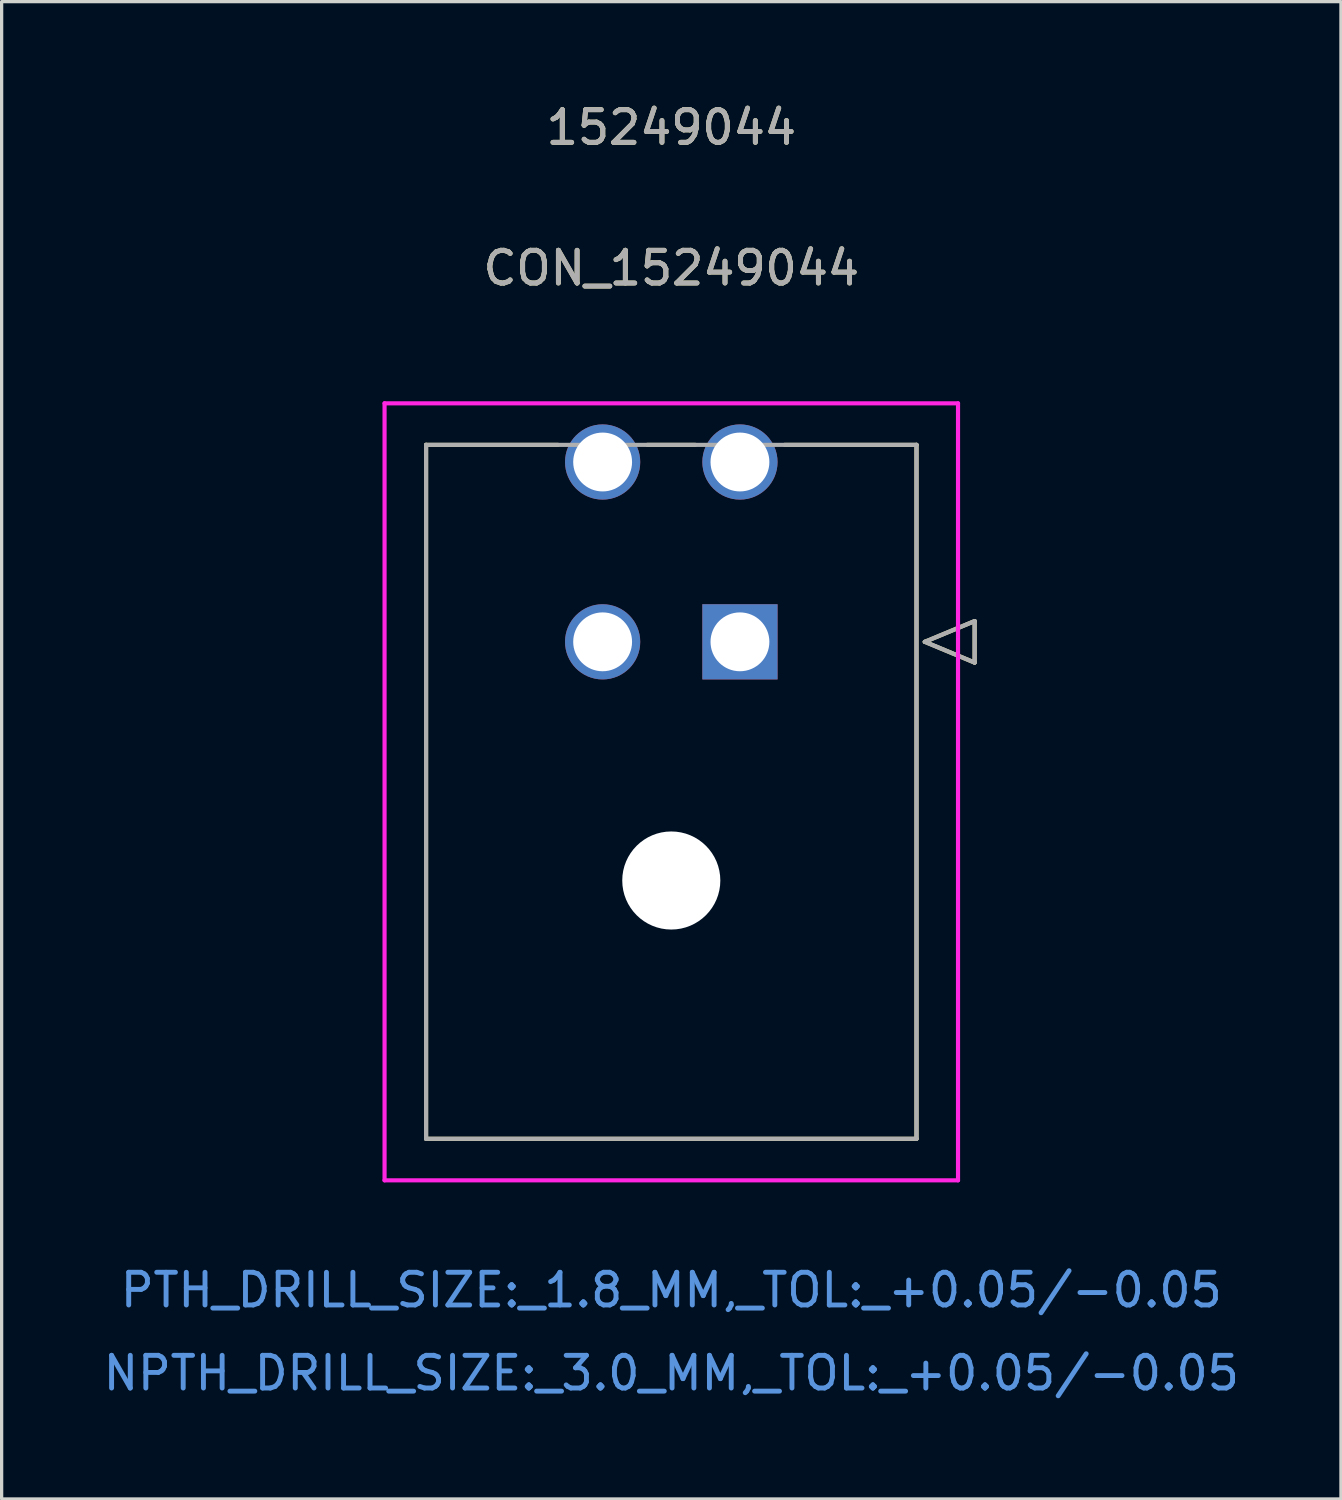
<source format=kicad_pcb>
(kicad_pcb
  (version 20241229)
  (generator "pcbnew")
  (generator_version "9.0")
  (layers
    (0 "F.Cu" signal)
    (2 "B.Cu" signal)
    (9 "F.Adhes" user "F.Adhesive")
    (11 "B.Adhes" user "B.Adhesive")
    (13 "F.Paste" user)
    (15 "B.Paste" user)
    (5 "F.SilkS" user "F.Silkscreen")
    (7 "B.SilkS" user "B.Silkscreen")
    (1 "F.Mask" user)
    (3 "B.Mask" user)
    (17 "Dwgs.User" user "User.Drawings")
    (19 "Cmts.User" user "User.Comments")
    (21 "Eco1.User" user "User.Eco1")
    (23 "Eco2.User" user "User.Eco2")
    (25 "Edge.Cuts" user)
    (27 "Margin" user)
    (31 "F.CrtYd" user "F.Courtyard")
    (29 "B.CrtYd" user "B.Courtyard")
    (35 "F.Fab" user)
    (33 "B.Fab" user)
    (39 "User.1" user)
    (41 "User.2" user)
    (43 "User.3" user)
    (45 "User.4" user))
  (footprint "CON_15249044"
    (layer "F.Cu")
    (at 19.582 16.581)
    (property "Reference" "CON_15249044" (at -2.1 -11.43 0) (unlocked yes) (layer "F.SilkS") (effects (font (size 1 1) (thickness 0.15))))
    (attr through_hole)
    (fp_line (start -9.6 -6.025) (end -9.6 15.2) (stroke (width 0.127) (type solid)) (layer "F.SilkS"))
    (fp_line (start -9.6 15.2) (end 5.4 15.2) (stroke (width 0.127) (type solid)) (layer "F.SilkS"))
    (fp_line (start -5.57 -6.025) (end -9.6 -6.025) (stroke (width 0.127) (type solid)) (layer "F.SilkS"))
    (fp_line (start -1.37 -6.025) (end -2.83 -6.025) (stroke (width 0.127) (type solid)) (layer "F.SilkS"))
    (fp_line (start 5.4 -6.025) (end 1.37 -6.025) (stroke (width 0.127) (type solid)) (layer "F.SilkS"))
    (fp_line (start 5.4 15.2) (end 5.4 -6.025) (stroke (width 0.127) (type solid)) (layer "F.SilkS"))
    (fp_line (start 5.654 0) (end 7.178 -0.635) (stroke (width 0.127) (type solid)) (layer "F.SilkS"))
    (fp_line (start 7.178 -0.635) (end 7.178 0.635) (stroke (width 0.127) (type solid)) (layer "F.SilkS"))
    (fp_line (start 7.178 0.635) (end 5.654 0) (stroke (width 0.127) (type solid)) (layer "F.SilkS"))
    (fp_line (start -10.87 -7.295) (end -10.87 16.47) (stroke (width 0.127) (type solid)) (layer "F.CrtYd"))
    (fp_line (start -10.87 16.47) (end 6.67 16.47) (stroke (width 0.127) (type solid)) (layer "F.CrtYd"))
    (fp_line (start 6.67 -7.295) (end -10.87 -7.295) (stroke (width 0.127) (type solid)) (layer "F.CrtYd"))
    (fp_line (start 6.67 16.47) (end 6.67 -7.295) (stroke (width 0.127) (type solid)) (layer "F.CrtYd"))
    (fp_line (start -9.6 -6.025) (end -9.6 15.2) (stroke (width 0.127) (type solid)) (layer "F.Fab"))
    (fp_line (start -9.6 15.2) (end 5.4 15.2) (stroke (width 0.127) (type solid)) (layer "F.Fab"))
    (fp_line (start 5.4 -6.025) (end -9.6 -6.025) (stroke (width 0.127) (type solid)) (layer "F.Fab"))
    (fp_line (start 5.4 15.2) (end 5.4 -6.025) (stroke (width 0.127) (type solid)) (layer "F.Fab"))
    (fp_line (start 5.654 0) (end 7.178 -0.635) (stroke (width 0.127) (type solid)) (layer "F.Fab"))
    (fp_line (start 7.178 -0.635) (end 7.178 0.635) (stroke (width 0.127) (type solid)) (layer "F.Fab"))
    (fp_line (start 7.178 0.635) (end 5.654 0) (stroke (width 0.127) (type solid)) (layer "F.Fab"))
    (fp_text user "15249044" (at -2.1 -15.732 0) (unlocked yes) (layer "F.SilkS") (effects (font (size 1 1) (thickness 0.15))))
    (fp_text user "NPTH_DRILL_SIZE:_3.0_MM,_TOL:_+0.05/-0.05" (at -2.1 22.368 0) (unlocked yes) (layer "Cmts.User") (effects (font (size 1 1) (thickness 0.15))))
    (fp_text user "PTH_DRILL_SIZE:_1.8_MM,_TOL:_+0.05/-0.05" (at -2.1 19.828 0) (unlocked yes) (layer "Cmts.User") (effects (font (size 1 1) (thickness 0.15))))
    (fp_text user "${REFERENCE}" (at -2.1 -11.43 0) (unlocked yes) (layer "F.Fab") (effects (font (size 1 1) (thickness 0.15))))
    (fp_text user "15249044" (at -2.1 -15.732 0) (unlocked yes) (layer "F.Fab") (effects (font (size 1 1) (thickness 0.15))))
    (pad "" np_thru_hole circle (at -2.1 7.3) (size 3 3) (drill 3) (layers "*.Cu" "*.Mask"))
    (pad "1" thru_hole rect (at 0 0) (size 2.3 2.3) (drill 1.8) (layers "*.Cu" "*.Mask"))
    (pad "2" thru_hole circle (at -4.2 0) (size 2.3 2.3) (drill 1.8) (layers "*.Cu" "*.Mask"))
    (pad "3" thru_hole circle (at 0 -5.5) (size 2.3 2.3) (drill 1.8) (layers "*.Cu" "*.Mask"))
    (pad "4" thru_hole circle (at -4.2 -5.5) (size 2.3 2.3) (drill 1.8) (layers "*.Cu" "*.Mask")))
  (gr_rect
    (start -3 -3)
    (end 37.964 42.797)
    (stroke (width 0.1) (type default))
    (fill no)
    (layer "Edge.Cuts")))
</source>
